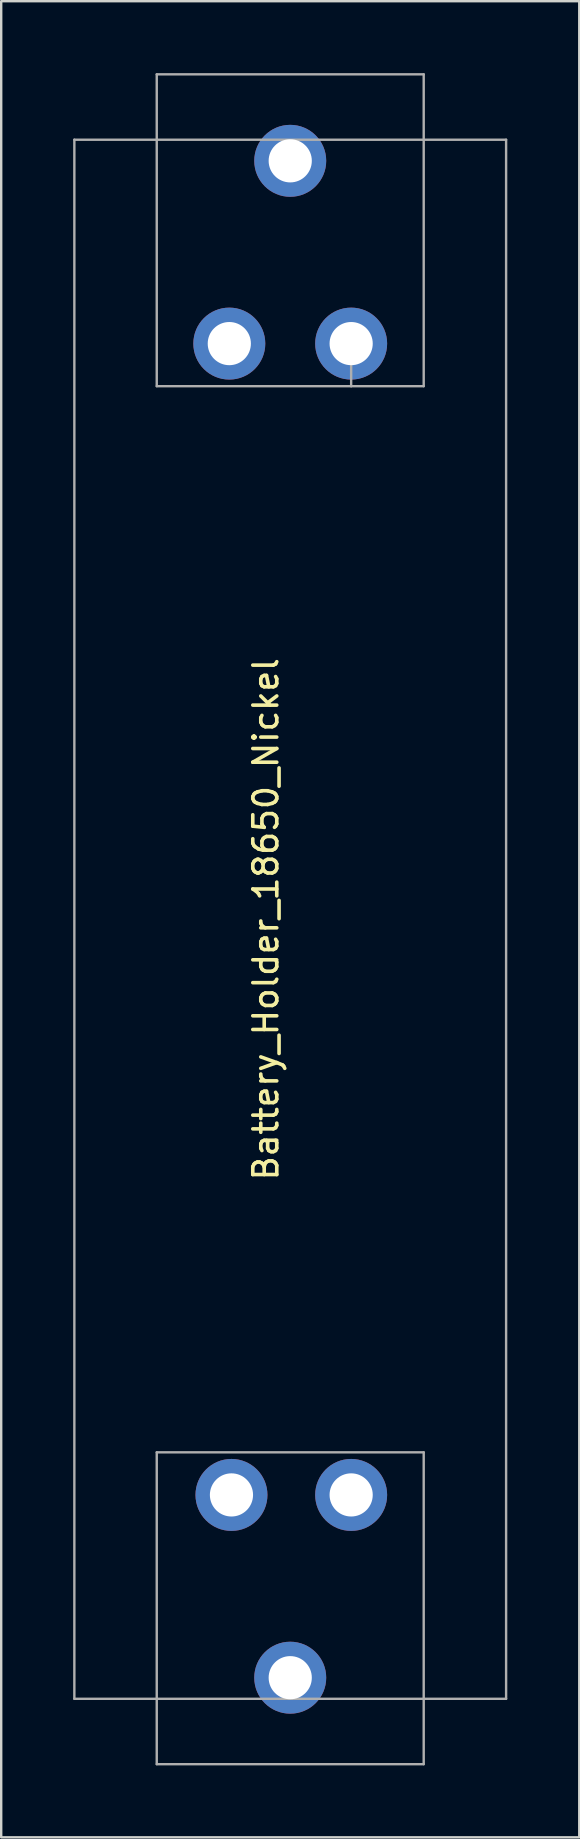
<source format=kicad_pcb>
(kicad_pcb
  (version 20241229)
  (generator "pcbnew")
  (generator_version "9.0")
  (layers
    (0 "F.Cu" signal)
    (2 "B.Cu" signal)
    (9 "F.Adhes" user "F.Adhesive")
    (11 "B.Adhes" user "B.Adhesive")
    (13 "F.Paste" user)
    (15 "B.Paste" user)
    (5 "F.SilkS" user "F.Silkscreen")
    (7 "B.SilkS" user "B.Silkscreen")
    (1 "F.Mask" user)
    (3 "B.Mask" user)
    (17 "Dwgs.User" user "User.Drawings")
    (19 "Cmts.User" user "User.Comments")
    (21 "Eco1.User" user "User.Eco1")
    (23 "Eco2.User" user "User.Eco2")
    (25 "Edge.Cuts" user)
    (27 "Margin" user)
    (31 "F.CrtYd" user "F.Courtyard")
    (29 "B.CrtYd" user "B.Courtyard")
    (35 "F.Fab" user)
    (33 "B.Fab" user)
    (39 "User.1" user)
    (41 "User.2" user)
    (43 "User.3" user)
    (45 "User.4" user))
  (footprint "Battery_Holder_18650_Nickel"
    (layer "F.Cu")
    (at 9.05 35.275)
    (property "Reference" "Battery_Holder_18650_Nickel" (at -1.016 0 90) (unlocked yes) (layer "F.SilkS") (effects (font (size 1 1) (thickness 0.15))))
    (fp_line (start -9 -32.5) (end -9 32.5) (stroke (width 0.1) (type solid)) (layer "F.Fab"))
    (fp_line (start -9 -32.5) (end 9 -32.5) (stroke (width 0.1) (type solid)) (layer "F.Fab"))
    (fp_line (start -9 32.5) (end 9 32.5) (stroke (width 0.1) (type solid)) (layer "F.Fab"))
    (fp_line (start -5.565 -35.225) (end 5.565 -35.225) (stroke (width 0.1) (type solid)) (layer "F.Fab"))
    (fp_line (start -5.565 -22.225) (end -5.565 -35.225) (stroke (width 0.1) (type solid)) (layer "F.Fab"))
    (fp_line (start -5.565 22.225) (end -5.565 35.225) (stroke (width 0.1) (type solid)) (layer "F.Fab"))
    (fp_line (start -5.565 22.225) (end 5.565 22.225) (stroke (width 0.1) (type solid)) (layer "F.Fab"))
    (fp_line (start 2.54 -24) (end 2.54 -22.22) (stroke (width 0.1) (type solid)) (layer "F.Fab"))
    (fp_line (start 5.565 -22.225) (end -5.565 -22.225) (stroke (width 0.1) (type solid)) (layer "F.Fab"))
    (fp_line (start 5.565 -22.225) (end 5.565 -35.225) (stroke (width 0.1) (type solid)) (layer "F.Fab"))
    (fp_line (start 5.565 22.225) (end 5.565 35.225) (stroke (width 0.1) (type solid)) (layer "F.Fab"))
    (fp_line (start 5.565 35.225) (end -5.565 35.225) (stroke (width 0.1) (type solid)) (layer "F.Fab"))
    (fp_line (start 9 32.5) (end 9 -32.5) (stroke (width 0.1) (type solid)) (layer "F.Fab"))
    (pad "1" thru_hole circle (at -2.54 -24) (size 3 3) (drill 1.8) (layers "*.Cu" "*.Mask"))
    (pad "1" thru_hole circle (at 0 -31.62) (size 3 3) (drill 1.8) (layers "*.Cu" "*.Mask"))
    (pad "1" thru_hole circle (at 2.54 -24) (size 3 3) (drill 1.8) (layers "*.Cu" "*.Mask"))
    (pad "2" thru_hole circle (at -2.45 24) (size 3 3) (drill 1.8) (layers "*.Cu" "*.Mask"))
    (pad "2" thru_hole circle (at 0 31.62) (size 3 3) (drill 1.8) (layers "*.Cu" "*.Mask"))
    (pad "2" thru_hole circle (at 2.54 24) (size 3 3) (drill 1.8) (layers "*.Cu" "*.Mask")))
  (gr_rect
    (start -3 -3)
    (end 21.1 73.55)
    (stroke (width 0.1) (type default))
    (fill no)
    (layer "Edge.Cuts")))
</source>
